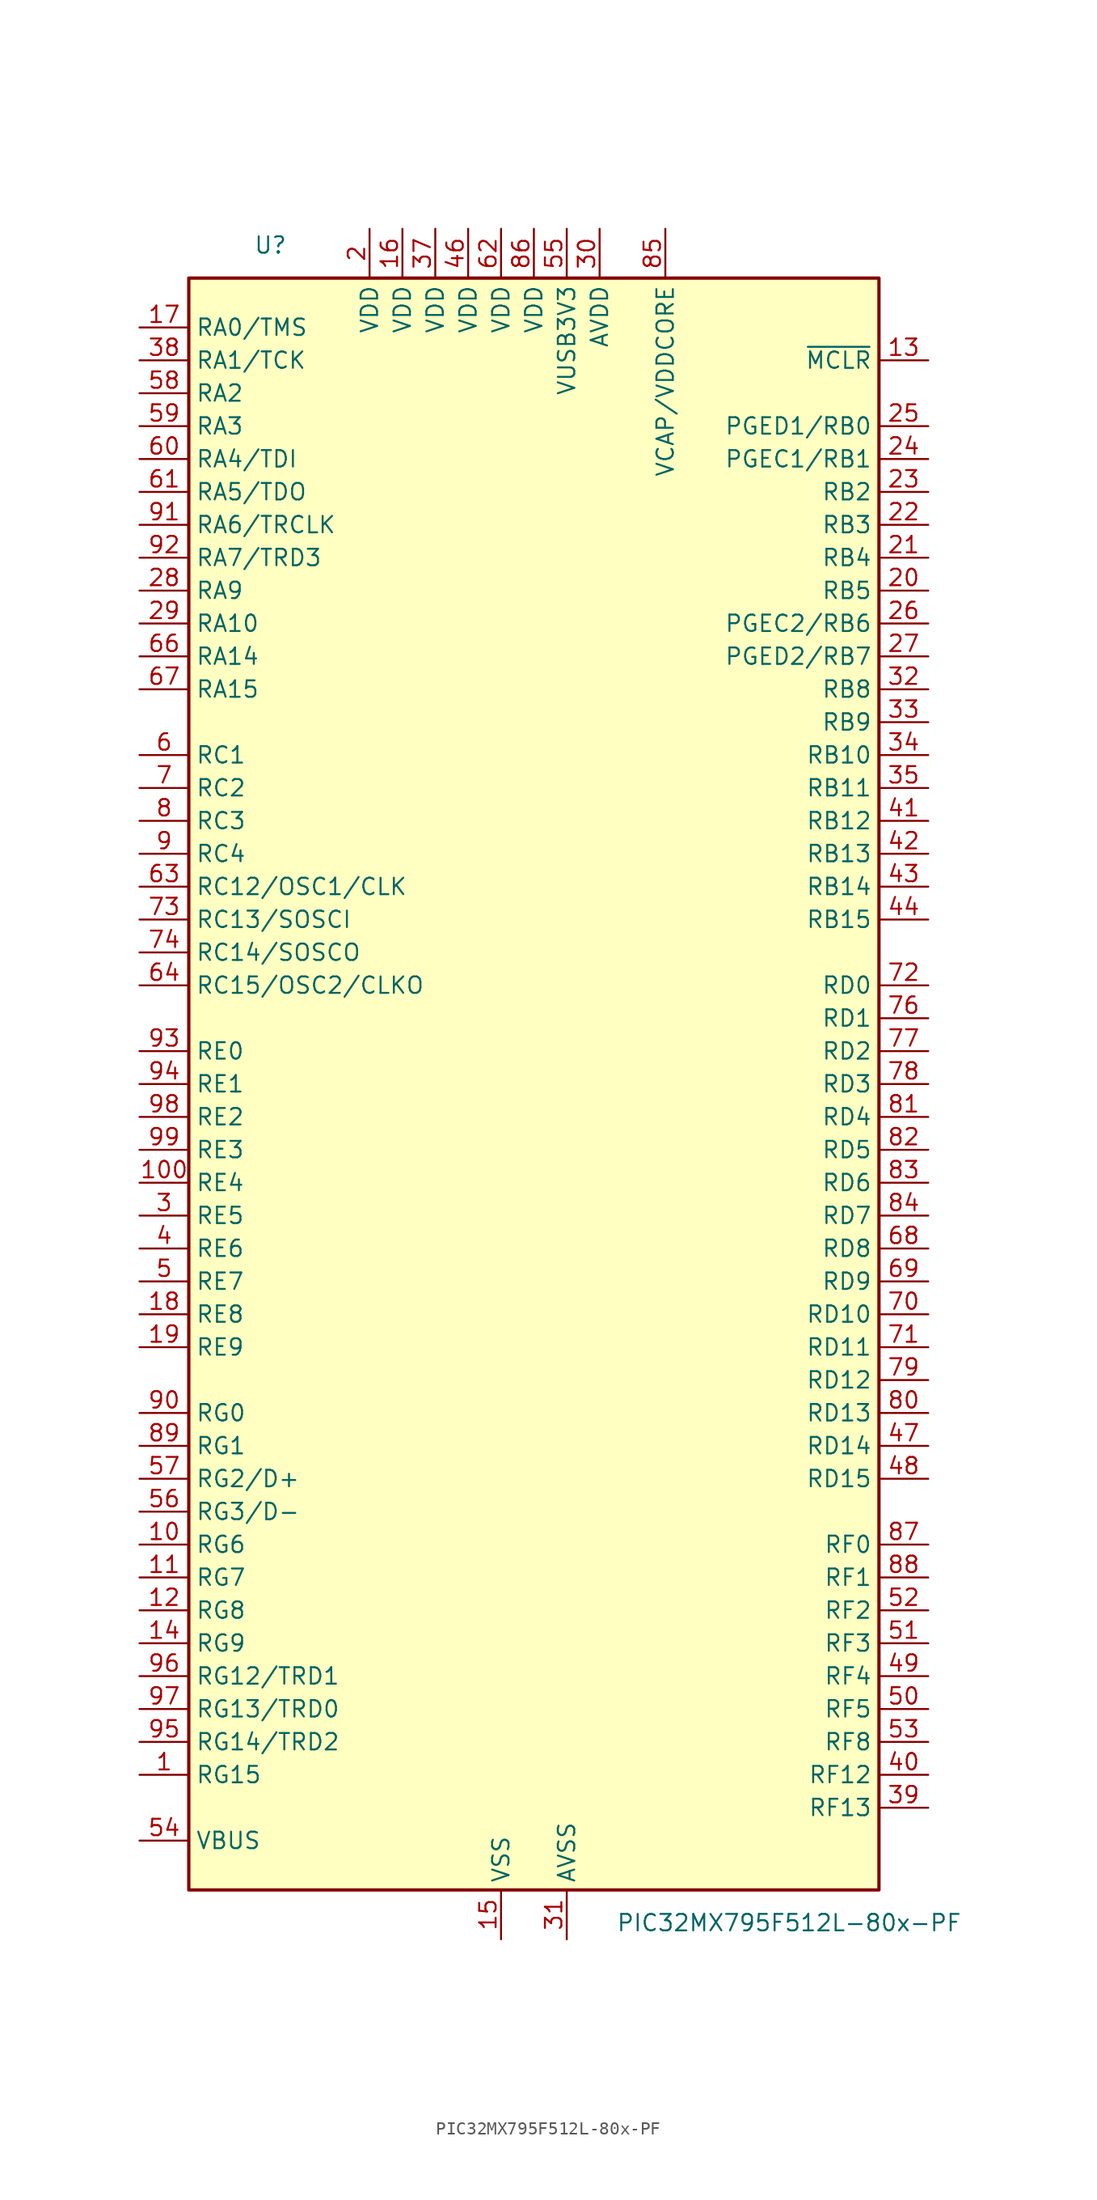
<source format=kicad_sym>
(kicad_symbol_lib
  (version 20201005)
  (generator kicad_symbol_editor)
  (symbol "MCU_Microchip_PIC32:PIC32MX795F512L-80x-PF"
    (property "Reference" "U"
      (at -19.05 64.77 0)
      (effects (font (size 1.27 1.27)) (justify right)))
    (property "Value" "PIC32MX795F512L-80x-PF"
      (at 6.35 -64.77 0)
      (effects (font (size 1.27 1.27)) (justify left)))
    (symbol "PIC32MX795F512L-80x-PF_0_1"
      (rectangle (start -26.67 62.23) (end 26.67 -62.23) (stroke (width 0.254)) (fill (type background))))
    (symbol "PIC32MX795F512L-80x-PF_1_1"
      (pin bidirectional line (at -30.48 -53.34 0) (length 3.81) (name "RG15" (effects (font (size 1.27 1.27)))) (number "1" (effects (font (size 1.27 1.27)))))
      (pin bidirectional line (at -30.48 -35.56 0) (length 3.81) (name "RG6" (effects (font (size 1.27 1.27)))) (number "10" (effects (font (size 1.27 1.27)))))
      (pin bidirectional line (at -30.48 -7.62 0) (length 3.81) (name "RE4" (effects (font (size 1.27 1.27)))) (number "100" (effects (font (size 1.27 1.27)))))
      (pin bidirectional line (at -30.48 -38.1 0) (length 3.81) (name "RG7" (effects (font (size 1.27 1.27)))) (number "11" (effects (font (size 1.27 1.27)))))
      (pin bidirectional line (at -30.48 -40.64 0) (length 3.81) (name "RG8" (effects (font (size 1.27 1.27)))) (number "12" (effects (font (size 1.27 1.27)))))
      (pin input line (at 30.48 55.88 180) (length 3.81) (name "~MCLR~" (effects (font (size 1.27 1.27)))) (number "13" (effects (font (size 1.27 1.27)))))
      (pin bidirectional line (at -30.48 -43.18 0) (length 3.81) (name "RG9" (effects (font (size 1.27 1.27)))) (number "14" (effects (font (size 1.27 1.27)))))
      (pin power_in line (at -2.54 -66.04 90) (length 3.81) (name "VSS" (effects (font (size 1.27 1.27)))) (number "15" (effects (font (size 1.27 1.27)))))
      (pin power_in line (at -10.16 66.04 270) (length 3.81) (name "VDD" (effects (font (size 1.27 1.27)))) (number "16" (effects (font (size 1.27 1.27)))))
      (pin bidirectional line (at -30.48 58.42 0) (length 3.81) (name "RA0/TMS" (effects (font (size 1.27 1.27)))) (number "17" (effects (font (size 1.27 1.27)))))
      (pin bidirectional line (at -30.48 -17.78 0) (length 3.81) (name "RE8" (effects (font (size 1.27 1.27)))) (number "18" (effects (font (size 1.27 1.27)))))
      (pin bidirectional line (at -30.48 -20.32 0) (length 3.81) (name "RE9" (effects (font (size 1.27 1.27)))) (number "19" (effects (font (size 1.27 1.27)))))
      (pin power_in line (at -12.7 66.04 270) (length 3.81) (name "VDD" (effects (font (size 1.27 1.27)))) (number "2" (effects (font (size 1.27 1.27)))))
      (pin bidirectional line (at 30.48 38.1 180) (length 3.81) (name "RB5" (effects (font (size 1.27 1.27)))) (number "20" (effects (font (size 1.27 1.27)))))
      (pin bidirectional line (at 30.48 40.64 180) (length 3.81) (name "RB4" (effects (font (size 1.27 1.27)))) (number "21" (effects (font (size 1.27 1.27)))))
      (pin bidirectional line (at 30.48 43.18 180) (length 3.81) (name "RB3" (effects (font (size 1.27 1.27)))) (number "22" (effects (font (size 1.27 1.27)))))
      (pin bidirectional line (at 30.48 45.72 180) (length 3.81) (name "RB2" (effects (font (size 1.27 1.27)))) (number "23" (effects (font (size 1.27 1.27)))))
      (pin bidirectional line (at 30.48 48.26 180) (length 3.81) (name "PGEC1/RB1" (effects (font (size 1.27 1.27)))) (number "24" (effects (font (size 1.27 1.27)))))
      (pin bidirectional line (at 30.48 50.8 180) (length 3.81) (name "PGED1/RB0" (effects (font (size 1.27 1.27)))) (number "25" (effects (font (size 1.27 1.27)))))
      (pin bidirectional line (at 30.48 35.56 180) (length 3.81) (name "PGEC2/RB6" (effects (font (size 1.27 1.27)))) (number "26" (effects (font (size 1.27 1.27)))))
      (pin bidirectional line (at 30.48 33.02 180) (length 3.81) (name "PGED2/RB7" (effects (font (size 1.27 1.27)))) (number "27" (effects (font (size 1.27 1.27)))))
      (pin bidirectional line (at -30.48 38.1 0) (length 3.81) (name "RA9" (effects (font (size 1.27 1.27)))) (number "28" (effects (font (size 1.27 1.27)))))
      (pin bidirectional line (at -30.48 35.56 0) (length 3.81) (name "RA10" (effects (font (size 1.27 1.27)))) (number "29" (effects (font (size 1.27 1.27)))))
      (pin bidirectional line (at -30.48 -10.16 0) (length 3.81) (name "RE5" (effects (font (size 1.27 1.27)))) (number "3" (effects (font (size 1.27 1.27)))))
      (pin power_in line (at 5.08 66.04 270) (length 3.81) (name "AVDD" (effects (font (size 1.27 1.27)))) (number "30" (effects (font (size 1.27 1.27)))))
      (pin power_in line (at 2.54 -66.04 90) (length 3.81) (name "AVSS" (effects (font (size 1.27 1.27)))) (number "31" (effects (font (size 1.27 1.27)))))
      (pin bidirectional line (at 30.48 30.48 180) (length 3.81) (name "RB8" (effects (font (size 1.27 1.27)))) (number "32" (effects (font (size 1.27 1.27)))))
      (pin bidirectional line (at 30.48 27.94 180) (length 3.81) (name "RB9" (effects (font (size 1.27 1.27)))) (number "33" (effects (font (size 1.27 1.27)))))
      (pin bidirectional line (at 30.48 25.4 180) (length 3.81) (name "RB10" (effects (font (size 1.27 1.27)))) (number "34" (effects (font (size 1.27 1.27)))))
      (pin bidirectional line (at 30.48 22.86 180) (length 3.81) (name "RB11" (effects (font (size 1.27 1.27)))) (number "35" (effects (font (size 1.27 1.27)))))
      (pin passive line (at -2.54 -66.04 90) (length 3.81) hide (name "VSS" (effects (font (size 1.27 1.27)))) (number "36" (effects (font (size 1.27 1.27)))))
      (pin power_in line (at -7.62 66.04 270) (length 3.81) (name "VDD" (effects (font (size 1.27 1.27)))) (number "37" (effects (font (size 1.27 1.27)))))
      (pin bidirectional line (at -30.48 55.88 0) (length 3.81) (name "RA1/TCK" (effects (font (size 1.27 1.27)))) (number "38" (effects (font (size 1.27 1.27)))))
      (pin bidirectional line (at 30.48 -55.88 180) (length 3.81) (name "RF13" (effects (font (size 1.27 1.27)))) (number "39" (effects (font (size 1.27 1.27)))))
      (pin bidirectional line (at -30.48 -12.7 0) (length 3.81) (name "RE6" (effects (font (size 1.27 1.27)))) (number "4" (effects (font (size 1.27 1.27)))))
      (pin bidirectional line (at 30.48 -53.34 180) (length 3.81) (name "RF12" (effects (font (size 1.27 1.27)))) (number "40" (effects (font (size 1.27 1.27)))))
      (pin bidirectional line (at 30.48 20.32 180) (length 3.81) (name "RB12" (effects (font (size 1.27 1.27)))) (number "41" (effects (font (size 1.27 1.27)))))
      (pin bidirectional line (at 30.48 17.78 180) (length 3.81) (name "RB13" (effects (font (size 1.27 1.27)))) (number "42" (effects (font (size 1.27 1.27)))))
      (pin bidirectional line (at 30.48 15.24 180) (length 3.81) (name "RB14" (effects (font (size 1.27 1.27)))) (number "43" (effects (font (size 1.27 1.27)))))
      (pin bidirectional line (at 30.48 12.7 180) (length 3.81) (name "RB15" (effects (font (size 1.27 1.27)))) (number "44" (effects (font (size 1.27 1.27)))))
      (pin passive line (at -2.54 -66.04 90) (length 3.81) hide (name "VSS" (effects (font (size 1.27 1.27)))) (number "45" (effects (font (size 1.27 1.27)))))
      (pin power_in line (at -5.08 66.04 270) (length 3.81) (name "VDD" (effects (font (size 1.27 1.27)))) (number "46" (effects (font (size 1.27 1.27)))))
      (pin bidirectional line (at 30.48 -27.94 180) (length 3.81) (name "RD14" (effects (font (size 1.27 1.27)))) (number "47" (effects (font (size 1.27 1.27)))))
      (pin bidirectional line (at 30.48 -30.48 180) (length 3.81) (name "RD15" (effects (font (size 1.27 1.27)))) (number "48" (effects (font (size 1.27 1.27)))))
      (pin bidirectional line (at 30.48 -45.72 180) (length 3.81) (name "RF4" (effects (font (size 1.27 1.27)))) (number "49" (effects (font (size 1.27 1.27)))))
      (pin bidirectional line (at -30.48 -15.24 0) (length 3.81) (name "RE7" (effects (font (size 1.27 1.27)))) (number "5" (effects (font (size 1.27 1.27)))))
      (pin bidirectional line (at 30.48 -48.26 180) (length 3.81) (name "RF5" (effects (font (size 1.27 1.27)))) (number "50" (effects (font (size 1.27 1.27)))))
      (pin bidirectional line (at 30.48 -43.18 180) (length 3.81) (name "RF3" (effects (font (size 1.27 1.27)))) (number "51" (effects (font (size 1.27 1.27)))))
      (pin bidirectional line (at 30.48 -40.64 180) (length 3.81) (name "RF2" (effects (font (size 1.27 1.27)))) (number "52" (effects (font (size 1.27 1.27)))))
      (pin bidirectional line (at 30.48 -50.8 180) (length 3.81) (name "RF8" (effects (font (size 1.27 1.27)))) (number "53" (effects (font (size 1.27 1.27)))))
      (pin input line (at -30.48 -58.42 0) (length 3.81) (name "VBUS" (effects (font (size 1.27 1.27)))) (number "54" (effects (font (size 1.27 1.27)))))
      (pin power_in line (at 2.54 66.04 270) (length 3.81) (name "VUSB3V3" (effects (font (size 1.27 1.27)))) (number "55" (effects (font (size 1.27 1.27)))))
      (pin bidirectional line (at -30.48 -33.02 0) (length 3.81) (name "RG3/D-" (effects (font (size 1.27 1.27)))) (number "56" (effects (font (size 1.27 1.27)))))
      (pin bidirectional line (at -30.48 -30.48 0) (length 3.81) (name "RG2/D+" (effects (font (size 1.27 1.27)))) (number "57" (effects (font (size 1.27 1.27)))))
      (pin bidirectional line (at -30.48 53.34 0) (length 3.81) (name "RA2" (effects (font (size 1.27 1.27)))) (number "58" (effects (font (size 1.27 1.27)))))
      (pin bidirectional line (at -30.48 50.8 0) (length 3.81) (name "RA3" (effects (font (size 1.27 1.27)))) (number "59" (effects (font (size 1.27 1.27)))))
      (pin bidirectional line (at -30.48 25.4 0) (length 3.81) (name "RC1" (effects (font (size 1.27 1.27)))) (number "6" (effects (font (size 1.27 1.27)))))
      (pin bidirectional line (at -30.48 48.26 0) (length 3.81) (name "RA4/TDI" (effects (font (size 1.27 1.27)))) (number "60" (effects (font (size 1.27 1.27)))))
      (pin bidirectional line (at -30.48 45.72 0) (length 3.81) (name "RA5/TDO" (effects (font (size 1.27 1.27)))) (number "61" (effects (font (size 1.27 1.27)))))
      (pin power_in line (at -2.54 66.04 270) (length 3.81) (name "VDD" (effects (font (size 1.27 1.27)))) (number "62" (effects (font (size 1.27 1.27)))))
      (pin bidirectional line (at -30.48 15.24 0) (length 3.81) (name "RC12/OSC1/CLK" (effects (font (size 1.27 1.27)))) (number "63" (effects (font (size 1.27 1.27)))))
      (pin bidirectional line (at -30.48 7.62 0) (length 3.81) (name "RC15/OSC2/CLKO" (effects (font (size 1.27 1.27)))) (number "64" (effects (font (size 1.27 1.27)))))
      (pin passive line (at -2.54 -66.04 90) (length 3.81) hide (name "VSS" (effects (font (size 1.27 1.27)))) (number "65" (effects (font (size 1.27 1.27)))))
      (pin bidirectional line (at -30.48 33.02 0) (length 3.81) (name "RA14" (effects (font (size 1.27 1.27)))) (number "66" (effects (font (size 1.27 1.27)))))
      (pin bidirectional line (at -30.48 30.48 0) (length 3.81) (name "RA15" (effects (font (size 1.27 1.27)))) (number "67" (effects (font (size 1.27 1.27)))))
      (pin bidirectional line (at 30.48 -12.7 180) (length 3.81) (name "RD8" (effects (font (size 1.27 1.27)))) (number "68" (effects (font (size 1.27 1.27)))))
      (pin bidirectional line (at 30.48 -15.24 180) (length 3.81) (name "RD9" (effects (font (size 1.27 1.27)))) (number "69" (effects (font (size 1.27 1.27)))))
      (pin bidirectional line (at -30.48 22.86 0) (length 3.81) (name "RC2" (effects (font (size 1.27 1.27)))) (number "7" (effects (font (size 1.27 1.27)))))
      (pin bidirectional line (at 30.48 -17.78 180) (length 3.81) (name "RD10" (effects (font (size 1.27 1.27)))) (number "70" (effects (font (size 1.27 1.27)))))
      (pin bidirectional line (at 30.48 -20.32 180) (length 3.81) (name "RD11" (effects (font (size 1.27 1.27)))) (number "71" (effects (font (size 1.27 1.27)))))
      (pin bidirectional line (at 30.48 7.62 180) (length 3.81) (name "RD0" (effects (font (size 1.27 1.27)))) (number "72" (effects (font (size 1.27 1.27)))))
      (pin bidirectional line (at -30.48 12.7 0) (length 3.81) (name "RC13/SOSCI" (effects (font (size 1.27 1.27)))) (number "73" (effects (font (size 1.27 1.27)))))
      (pin bidirectional line (at -30.48 10.16 0) (length 3.81) (name "RC14/SOSCO" (effects (font (size 1.27 1.27)))) (number "74" (effects (font (size 1.27 1.27)))))
      (pin passive line (at -2.54 -66.04 90) (length 3.81) hide (name "VSS" (effects (font (size 1.27 1.27)))) (number "75" (effects (font (size 1.27 1.27)))))
      (pin bidirectional line (at 30.48 5.08 180) (length 3.81) (name "RD1" (effects (font (size 1.27 1.27)))) (number "76" (effects (font (size 1.27 1.27)))))
      (pin bidirectional line (at 30.48 2.54 180) (length 3.81) (name "RD2" (effects (font (size 1.27 1.27)))) (number "77" (effects (font (size 1.27 1.27)))))
      (pin bidirectional line (at 30.48 0 180) (length 3.81) (name "RD3" (effects (font (size 1.27 1.27)))) (number "78" (effects (font (size 1.27 1.27)))))
      (pin bidirectional line (at 30.48 -22.86 180) (length 3.81) (name "RD12" (effects (font (size 1.27 1.27)))) (number "79" (effects (font (size 1.27 1.27)))))
      (pin bidirectional line (at -30.48 20.32 0) (length 3.81) (name "RC3" (effects (font (size 1.27 1.27)))) (number "8" (effects (font (size 1.27 1.27)))))
      (pin bidirectional line (at 30.48 -25.4 180) (length 3.81) (name "RD13" (effects (font (size 1.27 1.27)))) (number "80" (effects (font (size 1.27 1.27)))))
      (pin bidirectional line (at 30.48 -2.54 180) (length 3.81) (name "RD4" (effects (font (size 1.27 1.27)))) (number "81" (effects (font (size 1.27 1.27)))))
      (pin bidirectional line (at 30.48 -5.08 180) (length 3.81) (name "RD5" (effects (font (size 1.27 1.27)))) (number "82" (effects (font (size 1.27 1.27)))))
      (pin bidirectional line (at 30.48 -7.62 180) (length 3.81) (name "RD6" (effects (font (size 1.27 1.27)))) (number "83" (effects (font (size 1.27 1.27)))))
      (pin bidirectional line (at 30.48 -10.16 180) (length 3.81) (name "RD7" (effects (font (size 1.27 1.27)))) (number "84" (effects (font (size 1.27 1.27)))))
      (pin power_out line (at 10.16 66.04 270) (length 3.81) (name "VCAP/VDDCORE" (effects (font (size 1.27 1.27)))) (number "85" (effects (font (size 1.27 1.27)))))
      (pin power_in line (at 0 66.04 270) (length 3.81) (name "VDD" (effects (font (size 1.27 1.27)))) (number "86" (effects (font (size 1.27 1.27)))))
      (pin bidirectional line (at 30.48 -35.56 180) (length 3.81) (name "RF0" (effects (font (size 1.27 1.27)))) (number "87" (effects (font (size 1.27 1.27)))))
      (pin bidirectional line (at 30.48 -38.1 180) (length 3.81) (name "RF1" (effects (font (size 1.27 1.27)))) (number "88" (effects (font (size 1.27 1.27)))))
      (pin bidirectional line (at -30.48 -27.94 0) (length 3.81) (name "RG1" (effects (font (size 1.27 1.27)))) (number "89" (effects (font (size 1.27 1.27)))))
      (pin bidirectional line (at -30.48 17.78 0) (length 3.81) (name "RC4" (effects (font (size 1.27 1.27)))) (number "9" (effects (font (size 1.27 1.27)))))
      (pin bidirectional line (at -30.48 -25.4 0) (length 3.81) (name "RG0" (effects (font (size 1.27 1.27)))) (number "90" (effects (font (size 1.27 1.27)))))
      (pin bidirectional line (at -30.48 43.18 0) (length 3.81) (name "RA6/TRCLK" (effects (font (size 1.27 1.27)))) (number "91" (effects (font (size 1.27 1.27)))))
      (pin bidirectional line (at -30.48 40.64 0) (length 3.81) (name "RA7/TRD3" (effects (font (size 1.27 1.27)))) (number "92" (effects (font (size 1.27 1.27)))))
      (pin bidirectional line (at -30.48 2.54 0) (length 3.81) (name "RE0" (effects (font (size 1.27 1.27)))) (number "93" (effects (font (size 1.27 1.27)))))
      (pin bidirectional line (at -30.48 0 0) (length 3.81) (name "RE1" (effects (font (size 1.27 1.27)))) (number "94" (effects (font (size 1.27 1.27)))))
      (pin bidirectional line (at -30.48 -50.8 0) (length 3.81) (name "RG14/TRD2" (effects (font (size 1.27 1.27)))) (number "95" (effects (font (size 1.27 1.27)))))
      (pin bidirectional line (at -30.48 -45.72 0) (length 3.81) (name "RG12/TRD1" (effects (font (size 1.27 1.27)))) (number "96" (effects (font (size 1.27 1.27)))))
      (pin bidirectional line (at -30.48 -48.26 0) (length 3.81) (name "RG13/TRD0" (effects (font (size 1.27 1.27)))) (number "97" (effects (font (size 1.27 1.27)))))
      (pin bidirectional line (at -30.48 -2.54 0) (length 3.81) (name "RE2" (effects (font (size 1.27 1.27)))) (number "98" (effects (font (size 1.27 1.27)))))
      (pin bidirectional line (at -30.48 -5.08 0) (length 3.81) (name "RE3" (effects (font (size 1.27 1.27)))) (number "99" (effects (font (size 1.27 1.27))))))))
</source>
